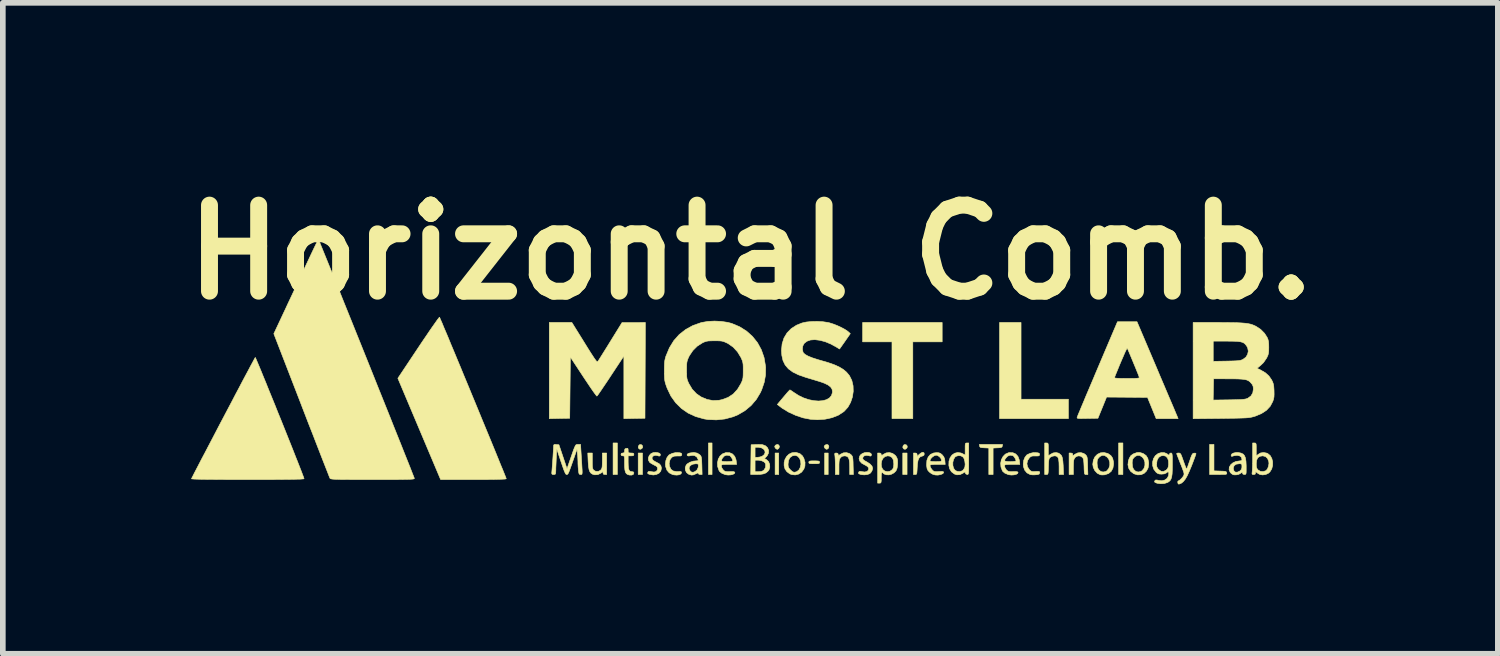
<source format=kicad_pcb>
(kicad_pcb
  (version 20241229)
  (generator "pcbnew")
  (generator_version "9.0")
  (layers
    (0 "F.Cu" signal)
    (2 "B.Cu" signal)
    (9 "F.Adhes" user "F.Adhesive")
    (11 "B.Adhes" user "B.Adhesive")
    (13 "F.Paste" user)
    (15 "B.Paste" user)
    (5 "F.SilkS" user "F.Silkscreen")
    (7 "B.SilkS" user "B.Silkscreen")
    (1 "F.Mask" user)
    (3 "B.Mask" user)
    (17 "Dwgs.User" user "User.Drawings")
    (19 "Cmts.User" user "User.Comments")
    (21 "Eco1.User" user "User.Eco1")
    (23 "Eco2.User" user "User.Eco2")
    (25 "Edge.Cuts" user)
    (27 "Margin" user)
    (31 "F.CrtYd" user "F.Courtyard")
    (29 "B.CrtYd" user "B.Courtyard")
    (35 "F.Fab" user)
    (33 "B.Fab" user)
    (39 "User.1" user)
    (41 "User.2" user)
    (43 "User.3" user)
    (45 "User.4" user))
  (footprint "Horizontal Comb."
    (layer "F.Cu")
    (at 9.93 3.348)
    (property "Reference" "Horizontal Comb." (at 0.31 -1.93 0) (layer "F.SilkS") (effects (font (size 1.524 1.524) (thickness 0.3))))
    (attr through_hole)
    (fp_poly (pts (xy -2.045 2.007) (xy -2.121 2.007) (xy -2.121 1.448) (xy -2.045 1.448) (xy -2.045 2.007)) (stroke (width 0.01) (type solid)) (fill yes) (layer "F.SilkS"))
    (fp_poly (pts (xy -1.6 2.007) (xy -1.676 2.007) (xy -1.676 1.626) (xy -1.6 1.626) (xy -1.6 2.007)) (stroke (width 0.01) (type solid)) (fill yes) (layer "F.SilkS"))
    (fp_poly (pts (xy -0.368 2.007) (xy -0.432 2.007) (xy -0.432 1.448) (xy -0.368 1.448) (xy -0.368 2.007)) (stroke (width 0.01) (type solid)) (fill yes) (layer "F.SilkS"))
    (fp_poly (pts (xy 0.813 2.007) (xy 0.749 2.007) (xy 0.749 1.626) (xy 0.813 1.626) (xy 0.813 2.007)) (stroke (width 0.01) (type solid)) (fill yes) (layer "F.SilkS"))
    (fp_poly (pts (xy 1.689 2.007) (xy 1.626 2.007) (xy 1.626 1.626) (xy 1.689 1.626) (xy 1.689 2.007)) (stroke (width 0.01) (type solid)) (fill yes) (layer "F.SilkS"))
    (fp_poly (pts (xy 3.086 2.007) (xy 3.01 2.007) (xy 3.01 1.626) (xy 3.086 1.626) (xy 3.086 2.007)) (stroke (width 0.01) (type solid)) (fill yes) (layer "F.SilkS"))
    (fp_poly (pts (xy 6.909 2.007) (xy 6.833 2.007) (xy 6.833 1.448) (xy 6.909 1.448) (xy 6.909 2.007)) (stroke (width 0.01) (type solid)) (fill yes) (layer "F.SilkS"))
    (fp_poly (pts (xy 5.105 0.673) (xy 5.944 0.673) (xy 5.944 1.016) (xy 4.724 1.016) (xy 4.724 -0.686) (xy 5.105 -0.686) (xy 5.105 0.673)) (stroke (width 0.01) (type solid)) (fill yes) (layer "F.SilkS"))
    (fp_poly (pts (xy 3.708 -0.343) (xy 3.188 -0.343) (xy 3.188 1.016) (xy 2.819 1.016) (xy 2.819 -0.343) (xy 2.299 -0.343) (xy 2.299 -0.686) (xy 3.708 -0.686) (xy 3.708 -0.343)) (stroke (width 0.01) (type solid)) (fill yes) (layer "F.SilkS"))
    (fp_poly (pts (xy -1.614 1.481) (xy -1.598 1.502) (xy -1.598 1.528) (xy -1.607 1.542) (xy -1.63 1.559) (xy -1.649 1.558) (xy -1.662 1.551) (xy -1.675 1.53) (xy -1.672 1.503) (xy -1.657 1.482) (xy -1.642 1.476) (xy -1.614 1.481)) (stroke (width 0.01) (type solid)) (fill yes) (layer "F.SilkS"))
    (fp_poly (pts (xy 0.814 1.485) (xy 0.825 1.508) (xy 0.819 1.535) (xy 0.81 1.547) (xy 0.79 1.561) (xy 0.77 1.554) (xy 0.756 1.542) (xy 0.741 1.516) (xy 0.75 1.493) (xy 0.764 1.482) (xy 0.793 1.474) (xy 0.814 1.485)) (stroke (width 0.01) (type solid)) (fill yes) (layer "F.SilkS"))
    (fp_poly (pts (xy 1.691 1.485) (xy 1.701 1.508) (xy 1.696 1.535) (xy 1.687 1.547) (xy 1.666 1.561) (xy 1.647 1.554) (xy 1.632 1.542) (xy 1.617 1.516) (xy 1.626 1.493) (xy 1.641 1.482) (xy 1.669 1.474) (xy 1.691 1.485)) (stroke (width 0.01) (type solid)) (fill yes) (layer "F.SilkS"))
    (fp_poly (pts (xy 3.072 1.481) (xy 3.089 1.502) (xy 3.088 1.528) (xy 3.079 1.542) (xy 3.057 1.559) (xy 3.037 1.558) (xy 3.025 1.551) (xy 3.011 1.53) (xy 3.014 1.503) (xy 3.03 1.482) (xy 3.044 1.476) (xy 3.072 1.481)) (stroke (width 0.01) (type solid)) (fill yes) (layer "F.SilkS"))
    (fp_poly (pts (xy 4.773 1.502) (xy 4.768 1.518) (xy 4.755 1.527) (xy 4.728 1.532) (xy 4.689 1.534) (xy 4.61 1.538) (xy 4.61 2.007) (xy 4.534 2.007) (xy 4.534 1.538) (xy 4.455 1.534) (xy 4.411 1.531) (xy 4.386 1.526) (xy 4.375 1.516) (xy 4.371 1.502) (xy 4.367 1.473) (xy 4.777 1.473) (xy 4.773 1.502)) (stroke (width 0.01) (type solid)) (fill yes) (layer "F.SilkS"))
    (fp_poly (pts (xy 8.522 1.942) (xy 8.633 1.946) (xy 8.686 1.948) (xy 8.719 1.951) (xy 8.737 1.957) (xy 8.745 1.967) (xy 8.748 1.978) (xy 8.749 1.99) (xy 8.745 1.998) (xy 8.731 2.003) (xy 8.705 2.006) (xy 8.661 2.006) (xy 8.599 2.007) (xy 8.445 2.007) (xy 8.445 1.473) (xy 8.522 1.473) (xy 8.522 1.942)) (stroke (width 0.01) (type solid)) (fill yes) (layer "F.SilkS"))
    (fp_poly (pts (xy 1.49 1.766) (xy 1.519 1.769) (xy 1.532 1.775) (xy 1.537 1.786) (xy 1.537 1.791) (xy 1.534 1.804) (xy 1.524 1.811) (xy 1.501 1.815) (xy 1.459 1.816) (xy 1.441 1.816) (xy 1.393 1.815) (xy 1.364 1.813) (xy 1.35 1.806) (xy 1.346 1.795) (xy 1.346 1.791) (xy 1.348 1.778) (xy 1.359 1.77) (xy 1.382 1.766) (xy 1.424 1.765) (xy 1.441 1.765) (xy 1.49 1.766)) (stroke (width 0.01) (type solid)) (fill yes) (layer "F.SilkS"))
    (fp_poly (pts (xy 3.385 1.621) (xy 3.391 1.643) (xy 3.384 1.667) (xy 3.361 1.679) (xy 3.353 1.681) (xy 3.32 1.693) (xy 3.296 1.719) (xy 3.28 1.759) (xy 3.27 1.819) (xy 3.266 1.882) (xy 3.263 1.939) (xy 3.26 1.975) (xy 3.256 1.995) (xy 3.248 2.004) (xy 3.235 2.007) (xy 3.231 2.007) (xy 3.2 2.007) (xy 3.2 1.626) (xy 3.232 1.626) (xy 3.256 1.631) (xy 3.264 1.651) (xy 3.264 1.656) (xy 3.264 1.687) (xy 3.301 1.65) (xy 3.336 1.623) (xy 3.365 1.613) (xy 3.385 1.621)) (stroke (width 0.01) (type solid)) (fill yes) (layer "F.SilkS"))
    (fp_poly (pts (xy -2.489 1.765) (xy -2.489 1.828) (xy -2.487 1.871) (xy -2.482 1.899) (xy -2.474 1.917) (xy -2.464 1.93) (xy -2.426 1.952) (xy -2.383 1.952) (xy -2.344 1.932) (xy -2.339 1.926) (xy -2.327 1.911) (xy -2.319 1.892) (xy -2.314 1.864) (xy -2.312 1.822) (xy -2.311 1.761) (xy -2.311 1.626) (xy -2.235 1.626) (xy -2.235 2.007) (xy -2.267 2.007) (xy -2.292 2.001) (xy -2.299 1.981) (xy -2.299 1.955) (xy -2.334 1.981) (xy -2.389 2.008) (xy -2.446 2.012) (xy -2.483 2.002) (xy -2.512 1.984) (xy -2.532 1.958) (xy -2.547 1.918) (xy -2.556 1.862) (xy -2.562 1.786) (xy -2.563 1.768) (xy -2.569 1.626) (xy -2.489 1.626) (xy -2.489 1.765)) (stroke (width 0.01) (type solid)) (fill yes) (layer "F.SilkS"))
    (fp_poly (pts (xy -0.951 1.62) (xy -0.95 1.62) (xy -0.918 1.627) (xy -0.905 1.639) (xy -0.904 1.655) (xy -0.909 1.67) (xy -0.923 1.678) (xy -0.951 1.679) (xy -0.975 1.678) (xy -1.036 1.681) (xy -1.079 1.7) (xy -1.108 1.736) (xy -1.119 1.765) (xy -1.128 1.813) (xy -1.122 1.858) (xy -1.12 1.865) (xy -1.096 1.914) (xy -1.058 1.943) (xy -1.004 1.954) (xy -0.974 1.954) (xy -0.935 1.953) (xy -0.915 1.957) (xy -0.909 1.968) (xy -0.908 1.975) (xy -0.919 1.996) (xy -0.949 2.011) (xy -0.992 2.017) (xy -1.042 2.013) (xy -1.071 2.006) (xy -1.127 1.977) (xy -1.167 1.93) (xy -1.19 1.867) (xy -1.194 1.822) (xy -1.186 1.759) (xy -1.165 1.704) (xy -1.133 1.663) (xy -1.125 1.657) (xy -1.073 1.632) (xy -1.011 1.618) (xy -0.951 1.62)) (stroke (width 0.01) (type solid)) (fill yes) (layer "F.SilkS"))
    (fp_poly (pts (xy 6.217 1.634) (xy 6.245 1.654) (xy 6.26 1.67) (xy 6.27 1.686) (xy 6.276 1.708) (xy 6.28 1.739) (xy 6.283 1.787) (xy 6.284 1.848) (xy 6.289 2.007) (xy 6.257 2.007) (xy 6.243 2.006) (xy 6.234 2) (xy 6.228 1.986) (xy 6.225 1.959) (xy 6.222 1.913) (xy 6.221 1.868) (xy 6.218 1.804) (xy 6.214 1.76) (xy 6.208 1.73) (xy 6.199 1.711) (xy 6.192 1.703) (xy 6.156 1.68) (xy 6.114 1.677) (xy 6.075 1.694) (xy 6.059 1.71) (xy 6.047 1.729) (xy 6.039 1.751) (xy 6.035 1.784) (xy 6.033 1.832) (xy 6.032 1.875) (xy 6.032 2.007) (xy 5.956 2.007) (xy 5.956 1.626) (xy 5.988 1.626) (xy 6.013 1.631) (xy 6.02 1.651) (xy 6.021 1.667) (xy 6.029 1.669) (xy 6.049 1.656) (xy 6.059 1.648) (xy 6.111 1.623) (xy 6.166 1.619) (xy 6.217 1.634)) (stroke (width 0.01) (type solid)) (fill yes) (layer "F.SilkS"))
    (fp_poly (pts (xy 1.127 1.617) (xy 1.188 1.637) (xy 1.233 1.676) (xy 1.258 1.719) (xy 1.279 1.79) (xy 1.277 1.858) (xy 1.258 1.911) (xy 1.219 1.964) (xy 1.166 1.999) (xy 1.105 2.014) (xy 1.041 2.007) (xy 1.009 1.995) (xy 0.957 1.956) (xy 0.924 1.908) (xy 0.909 1.852) (xy 0.909 1.823) (xy 0.978 1.823) (xy 0.978 1.823) (xy 0.981 1.864) (xy 0.994 1.894) (xy 1.021 1.925) (xy 1.056 1.956) (xy 1.085 1.967) (xy 1.118 1.961) (xy 1.134 1.955) (xy 1.171 1.925) (xy 1.195 1.879) (xy 1.206 1.825) (xy 1.201 1.768) (xy 1.181 1.718) (xy 1.146 1.681) (xy 1.103 1.667) (xy 1.053 1.677) (xy 1.012 1.707) (xy 0.987 1.756) (xy 0.978 1.823) (xy 0.909 1.823) (xy 0.909 1.794) (xy 0.924 1.738) (xy 0.953 1.687) (xy 0.994 1.647) (xy 1.045 1.622) (xy 1.106 1.615) (xy 1.127 1.617)) (stroke (width 0.01) (type solid)) (fill yes) (layer "F.SilkS"))
    (fp_poly (pts (xy 5.387 1.62) (xy 5.387 1.62) (xy 5.419 1.627) (xy 5.433 1.639) (xy 5.433 1.655) (xy 5.428 1.67) (xy 5.415 1.677) (xy 5.387 1.679) (xy 5.359 1.678) (xy 5.315 1.678) (xy 5.287 1.684) (xy 5.265 1.699) (xy 5.255 1.708) (xy 5.221 1.759) (xy 5.209 1.815) (xy 5.22 1.871) (xy 5.253 1.922) (xy 5.255 1.924) (xy 5.278 1.944) (xy 5.3 1.953) (xy 5.332 1.955) (xy 5.362 1.953) (xy 5.404 1.951) (xy 5.426 1.954) (xy 5.435 1.962) (xy 5.436 1.97) (xy 5.43 1.993) (xy 5.424 2) (xy 5.397 2.008) (xy 5.356 2.012) (xy 5.311 2.013) (xy 5.274 2.009) (xy 5.266 2.007) (xy 5.209 1.977) (xy 5.169 1.928) (xy 5.147 1.865) (xy 5.144 1.822) (xy 5.151 1.759) (xy 5.173 1.704) (xy 5.204 1.663) (xy 5.212 1.657) (xy 5.264 1.632) (xy 5.327 1.618) (xy 5.387 1.62)) (stroke (width 0.01) (type solid)) (fill yes) (layer "F.SilkS"))
    (fp_poly (pts (xy 5.571 1.449) (xy 5.581 1.455) (xy 5.586 1.47) (xy 5.588 1.501) (xy 5.588 1.551) (xy 5.588 1.563) (xy 5.588 1.678) (xy 5.62 1.653) (xy 5.672 1.625) (xy 5.726 1.617) (xy 5.775 1.63) (xy 5.814 1.663) (xy 5.826 1.681) (xy 5.838 1.717) (xy 5.846 1.773) (xy 5.852 1.853) (xy 5.852 1.864) (xy 5.858 2.007) (xy 5.779 2.007) (xy 5.779 1.87) (xy 5.777 1.794) (xy 5.771 1.741) (xy 5.76 1.706) (xy 5.741 1.686) (xy 5.714 1.677) (xy 5.697 1.676) (xy 5.657 1.684) (xy 5.624 1.701) (xy 5.611 1.713) (xy 5.602 1.729) (xy 5.597 1.753) (xy 5.593 1.791) (xy 5.591 1.847) (xy 5.59 1.866) (xy 5.588 1.927) (xy 5.586 1.967) (xy 5.582 1.991) (xy 5.575 2.003) (xy 5.565 2.006) (xy 5.555 2.007) (xy 5.524 2.007) (xy 5.524 1.448) (xy 5.556 1.448) (xy 5.571 1.449)) (stroke (width 0.01) (type solid)) (fill yes) (layer "F.SilkS"))
    (fp_poly (pts (xy 2.064 1.634) (xy 2.092 1.654) (xy 2.107 1.67) (xy 2.117 1.686) (xy 2.123 1.708) (xy 2.127 1.739) (xy 2.13 1.787) (xy 2.131 1.848) (xy 2.136 2.007) (xy 2.07 2.007) (xy 2.07 1.879) (xy 2.068 1.801) (xy 2.061 1.746) (xy 2.048 1.709) (xy 2.026 1.687) (xy 1.995 1.678) (xy 1.973 1.677) (xy 1.932 1.686) (xy 1.906 1.71) (xy 1.894 1.729) (xy 1.886 1.751) (xy 1.882 1.784) (xy 1.88 1.832) (xy 1.88 1.875) (xy 1.88 2.007) (xy 1.816 2.007) (xy 1.816 1.864) (xy 1.815 1.801) (xy 1.813 1.742) (xy 1.81 1.696) (xy 1.808 1.673) (xy 1.804 1.642) (xy 1.81 1.629) (xy 1.828 1.626) (xy 1.833 1.626) (xy 1.859 1.631) (xy 1.867 1.65) (xy 1.867 1.651) (xy 1.868 1.667) (xy 1.876 1.669) (xy 1.896 1.656) (xy 1.906 1.648) (xy 1.958 1.623) (xy 2.013 1.619) (xy 2.064 1.634)) (stroke (width 0.01) (type solid)) (fill yes) (layer "F.SilkS"))
    (fp_poly (pts (xy 6.638 1.633) (xy 6.647 1.637) (xy 6.696 1.671) (xy 6.727 1.717) (xy 6.742 1.78) (xy 6.744 1.819) (xy 6.733 1.892) (xy 6.703 1.949) (xy 6.655 1.989) (xy 6.589 2.011) (xy 6.575 2.013) (xy 6.538 2.014) (xy 6.509 2.011) (xy 6.455 1.984) (xy 6.412 1.938) (xy 6.384 1.88) (xy 6.375 1.824) (xy 6.377 1.812) (xy 6.452 1.812) (xy 6.458 1.873) (xy 6.476 1.916) (xy 6.511 1.948) (xy 6.521 1.954) (xy 6.558 1.962) (xy 6.6 1.955) (xy 6.627 1.94) (xy 6.66 1.897) (xy 6.677 1.843) (xy 6.676 1.785) (xy 6.657 1.732) (xy 6.63 1.699) (xy 6.586 1.67) (xy 6.544 1.667) (xy 6.502 1.688) (xy 6.489 1.701) (xy 6.467 1.726) (xy 6.456 1.751) (xy 6.452 1.787) (xy 6.452 1.812) (xy 6.377 1.812) (xy 6.386 1.752) (xy 6.414 1.693) (xy 6.457 1.649) (xy 6.511 1.623) (xy 6.573 1.617) (xy 6.638 1.633)) (stroke (width 0.01) (type solid)) (fill yes) (layer "F.SilkS"))
    (fp_poly (pts (xy -1.556 1.01) (xy -1.743 1.013) (xy -1.93 1.017) (xy -1.93 -0.092) (xy -2.163 0.261) (xy -2.219 0.346) (xy -2.271 0.423) (xy -2.317 0.491) (xy -2.355 0.547) (xy -2.384 0.589) (xy -2.403 0.613) (xy -2.408 0.618) (xy -2.417 0.609) (xy -2.439 0.581) (xy -2.471 0.537) (xy -2.512 0.478) (xy -2.559 0.408) (xy -2.612 0.329) (xy -2.648 0.275) (xy -2.877 -0.073) (xy -2.889 1.01) (xy -3.07 1.013) (xy -3.251 1.017) (xy -3.251 -0.686) (xy -3.051 -0.686) (xy -2.851 -0.686) (xy -2.629 -0.329) (xy -2.569 -0.232) (xy -2.52 -0.154) (xy -2.481 -0.094) (xy -2.452 -0.05) (xy -2.43 -0.02) (xy -2.415 -0.001) (xy -2.404 0.008) (xy -2.396 0.009) (xy -2.391 0.004) (xy -2.38 -0.012) (xy -2.358 -0.047) (xy -2.326 -0.098) (xy -2.286 -0.162) (xy -2.239 -0.237) (xy -2.189 -0.318) (xy -2.168 -0.352) (xy -1.962 -0.685) (xy -1.756 -0.685) (xy -1.549 -0.686) (xy -1.556 1.01)) (stroke (width 0.01) (type solid)) (fill yes) (layer "F.SilkS"))
    (fp_poly (pts (xy 7.258 1.631) (xy 7.272 1.637) (xy 7.32 1.671) (xy 7.351 1.721) (xy 7.365 1.789) (xy 7.366 1.819) (xy 7.356 1.889) (xy 7.327 1.945) (xy 7.284 1.987) (xy 7.23 2.01) (xy 7.169 2.013) (xy 7.105 1.994) (xy 7.1 1.991) (xy 7.046 1.95) (xy 7.012 1.896) (xy 6.998 1.831) (xy 7.001 1.812) (xy 7.074 1.812) (xy 7.08 1.873) (xy 7.099 1.916) (xy 7.133 1.948) (xy 7.144 1.954) (xy 7.18 1.962) (xy 7.222 1.955) (xy 7.249 1.94) (xy 7.283 1.897) (xy 7.299 1.843) (xy 7.298 1.785) (xy 7.279 1.732) (xy 7.253 1.699) (xy 7.208 1.67) (xy 7.166 1.667) (xy 7.125 1.688) (xy 7.111 1.701) (xy 7.089 1.726) (xy 7.078 1.751) (xy 7.074 1.787) (xy 7.074 1.812) (xy 7.001 1.812) (xy 7.007 1.76) (xy 7.023 1.717) (xy 7.049 1.674) (xy 7.086 1.646) (xy 7.102 1.638) (xy 7.158 1.618) (xy 7.206 1.616) (xy 7.258 1.631)) (stroke (width 0.01) (type solid)) (fill yes) (layer "F.SilkS"))
    (fp_poly (pts (xy -5.189 -0.766) (xy -5.174 -0.731) (xy -5.15 -0.677) (xy -5.12 -0.603) (xy -5.082 -0.514) (xy -5.038 -0.41) (xy -4.99 -0.292) (xy -4.936 -0.164) (xy -4.879 -0.026) (xy -4.818 0.12) (xy -4.756 0.271) (xy -4.691 0.427) (xy -4.626 0.585) (xy -4.56 0.744) (xy -4.495 0.902) (xy -4.431 1.058) (xy -4.369 1.208) (xy -4.309 1.353) (xy -4.253 1.489) (xy -4.201 1.616) (xy -4.154 1.731) (xy -4.113 1.833) (xy -4.077 1.919) (xy -4.049 1.989) (xy -4.028 2.041) (xy -4.016 2.072) (xy -4.013 2.081) (xy -4.021 2.085) (xy -4.046 2.088) (xy -4.089 2.09) (xy -4.152 2.092) (xy -4.235 2.094) (xy -4.34 2.095) (xy -4.468 2.095) (xy -4.594 2.095) (xy -5.176 2.095) (xy -5.933 0.302) (xy -5.569 -0.244) (xy -5.499 -0.349) (xy -5.432 -0.447) (xy -5.372 -0.536) (xy -5.318 -0.614) (xy -5.272 -0.679) (xy -5.236 -0.73) (xy -5.21 -0.764) (xy -5.197 -0.779) (xy -5.195 -0.779) (xy -5.189 -0.766)) (stroke (width 0.01) (type solid)) (fill yes) (layer "F.SilkS"))
    (fp_poly (pts (xy 2.412 1.618) (xy 2.441 1.629) (xy 2.456 1.648) (xy 2.455 1.662) (xy 2.447 1.678) (xy 2.431 1.68) (xy 2.412 1.674) (xy 2.367 1.667) (xy 2.33 1.675) (xy 2.307 1.697) (xy 2.305 1.702) (xy 2.301 1.725) (xy 2.31 1.743) (xy 2.334 1.762) (xy 2.375 1.784) (xy 2.43 1.82) (xy 2.465 1.858) (xy 2.477 1.895) (xy 2.467 1.936) (xy 2.444 1.974) (xy 2.425 1.991) (xy 2.384 2.007) (xy 2.331 2.013) (xy 2.278 2.009) (xy 2.264 2.006) (xy 2.233 1.994) (xy 2.224 1.98) (xy 2.233 1.96) (xy 2.233 1.959) (xy 2.248 1.95) (xy 2.278 1.954) (xy 2.286 1.956) (xy 2.337 1.962) (xy 2.378 1.952) (xy 2.401 1.929) (xy 2.407 1.896) (xy 2.388 1.866) (xy 2.345 1.84) (xy 2.338 1.837) (xy 2.282 1.806) (xy 2.248 1.768) (xy 2.236 1.726) (xy 2.247 1.681) (xy 2.264 1.657) (xy 2.294 1.635) (xy 2.332 1.62) (xy 2.374 1.615) (xy 2.412 1.618)) (stroke (width 0.01) (type solid)) (fill yes) (layer "F.SilkS"))
    (fp_poly (pts (xy -1.328 1.62) (xy -1.297 1.631) (xy -1.283 1.648) (xy -1.283 1.65) (xy -1.288 1.676) (xy -1.307 1.681) (xy -1.327 1.674) (xy -1.366 1.666) (xy -1.402 1.674) (xy -1.426 1.695) (xy -1.429 1.702) (xy -1.429 1.731) (xy -1.41 1.757) (xy -1.367 1.783) (xy -1.354 1.789) (xy -1.304 1.816) (xy -1.276 1.847) (xy -1.265 1.887) (xy -1.265 1.9) (xy -1.276 1.946) (xy -1.307 1.983) (xy -1.353 2.006) (xy -1.408 2.015) (xy -1.469 2.006) (xy -1.47 2.006) (xy -1.501 1.994) (xy -1.51 1.98) (xy -1.501 1.96) (xy -1.501 1.959) (xy -1.486 1.95) (xy -1.457 1.953) (xy -1.445 1.956) (xy -1.394 1.963) (xy -1.357 1.952) (xy -1.337 1.926) (xy -1.333 1.905) (xy -1.337 1.88) (xy -1.35 1.862) (xy -1.379 1.846) (xy -1.392 1.84) (xy -1.431 1.819) (xy -1.465 1.798) (xy -1.474 1.79) (xy -1.495 1.753) (xy -1.496 1.711) (xy -1.48 1.67) (xy -1.45 1.637) (xy -1.411 1.619) (xy -1.368 1.615) (xy -1.328 1.62)) (stroke (width 0.01) (type solid)) (fill yes) (layer "F.SilkS"))
    (fp_poly (pts (xy -1.855 1.558) (xy -1.854 1.58) (xy -1.853 1.609) (xy -1.843 1.622) (xy -1.819 1.625) (xy -1.803 1.626) (xy -1.77 1.628) (xy -1.755 1.636) (xy -1.753 1.651) (xy -1.757 1.668) (xy -1.774 1.675) (xy -1.803 1.676) (xy -1.854 1.676) (xy -1.854 1.784) (xy -1.852 1.855) (xy -1.847 1.904) (xy -1.835 1.935) (xy -1.817 1.951) (xy -1.791 1.956) (xy -1.763 1.96) (xy -1.753 1.975) (xy -1.753 1.98) (xy -1.763 2.005) (xy -1.791 2.017) (xy -1.831 2.016) (xy -1.864 2.006) (xy -1.886 1.991) (xy -1.902 1.965) (xy -1.912 1.925) (xy -1.917 1.865) (xy -1.918 1.803) (xy -1.918 1.745) (xy -1.919 1.709) (xy -1.923 1.688) (xy -1.93 1.679) (xy -1.942 1.676) (xy -1.949 1.676) (xy -1.974 1.67) (xy -1.981 1.651) (xy -1.974 1.631) (xy -1.949 1.626) (xy -1.927 1.621) (xy -1.918 1.604) (xy -1.918 1.587) (xy -1.914 1.561) (xy -1.906 1.549) (xy -1.906 1.549) (xy -1.885 1.545) (xy -1.874 1.542) (xy -1.861 1.542) (xy -1.855 1.558)) (stroke (width 0.01) (type solid)) (fill yes) (layer "F.SilkS"))
    (fp_poly (pts (xy 0.503 1.476) (xy 0.529 1.479) (xy 0.58 1.499) (xy 0.616 1.534) (xy 0.634 1.579) (xy 0.632 1.627) (xy 0.609 1.673) (xy 0.598 1.686) (xy 0.561 1.723) (xy 0.597 1.744) (xy 0.633 1.779) (xy 0.652 1.826) (xy 0.655 1.877) (xy 0.64 1.926) (xy 0.618 1.953) (xy 0.583 1.98) (xy 0.54 1.996) (xy 0.483 2.005) (xy 0.418 2.007) (xy 0.317 2.007) (xy 0.32 1.753) (xy 0.394 1.753) (xy 0.394 1.956) (xy 0.458 1.956) (xy 0.502 1.953) (xy 0.533 1.941) (xy 0.553 1.925) (xy 0.579 1.882) (xy 0.582 1.832) (xy 0.576 1.81) (xy 0.555 1.785) (xy 0.516 1.765) (xy 0.467 1.754) (xy 0.445 1.753) (xy 0.394 1.753) (xy 0.32 1.753) (xy 0.323 1.524) (xy 0.394 1.524) (xy 0.394 1.702) (xy 0.439 1.702) (xy 0.481 1.696) (xy 0.52 1.683) (xy 0.556 1.654) (xy 0.571 1.621) (xy 0.567 1.586) (xy 0.544 1.556) (xy 0.506 1.534) (xy 0.455 1.524) (xy 0.449 1.524) (xy 0.394 1.524) (xy 0.323 1.524) (xy 0.324 1.48) (xy 0.406 1.476) (xy 0.457 1.475) (xy 0.503 1.476)) (stroke (width 0.01) (type solid)) (fill yes) (layer "F.SilkS"))
    (fp_poly (pts (xy 2.83 1.633) (xy 2.877 1.667) (xy 2.896 1.692) (xy 2.91 1.72) (xy 2.918 1.752) (xy 2.919 1.796) (xy 2.918 1.825) (xy 2.91 1.893) (xy 2.89 1.942) (xy 2.855 1.977) (xy 2.809 2.002) (xy 2.765 2.013) (xy 2.719 2.011) (xy 2.68 1.998) (xy 2.666 1.986) (xy 2.649 1.971) (xy 2.638 1.975) (xy 2.631 1.999) (xy 2.629 2.047) (xy 2.629 2.064) (xy 2.629 2.112) (xy 2.626 2.141) (xy 2.62 2.154) (xy 2.608 2.159) (xy 2.597 2.159) (xy 2.565 2.159) (xy 2.565 1.82) (xy 2.628 1.82) (xy 2.634 1.873) (xy 2.656 1.917) (xy 2.693 1.946) (xy 2.737 1.957) (xy 2.783 1.949) (xy 2.82 1.923) (xy 2.839 1.898) (xy 2.848 1.869) (xy 2.851 1.825) (xy 2.851 1.816) (xy 2.844 1.751) (xy 2.821 1.707) (xy 2.782 1.682) (xy 2.743 1.676) (xy 2.697 1.688) (xy 2.661 1.719) (xy 2.637 1.765) (xy 2.628 1.82) (xy 2.565 1.82) (xy 2.565 1.626) (xy 2.597 1.626) (xy 2.622 1.631) (xy 2.629 1.652) (xy 2.629 1.652) (xy 2.629 1.678) (xy 2.662 1.652) (xy 2.716 1.624) (xy 2.774 1.618) (xy 2.83 1.633)) (stroke (width 0.01) (type solid)) (fill yes) (layer "F.SilkS"))
    (fp_poly (pts (xy 7.912 1.627) (xy 7.924 1.634) (xy 7.936 1.649) (xy 7.949 1.679) (xy 7.966 1.725) (xy 7.982 1.771) (xy 8.002 1.826) (xy 8.019 1.871) (xy 8.032 1.9) (xy 8.039 1.91) (xy 8.039 1.91) (xy 8.045 1.896) (xy 8.058 1.863) (xy 8.074 1.816) (xy 8.091 1.768) (xy 8.111 1.708) (xy 8.126 1.669) (xy 8.139 1.646) (xy 8.151 1.633) (xy 8.166 1.629) (xy 8.17 1.628) (xy 8.195 1.629) (xy 8.204 1.637) (xy 8.2 1.652) (xy 8.188 1.687) (xy 8.169 1.738) (xy 8.146 1.799) (xy 8.127 1.848) (xy 8.085 1.949) (xy 8.049 2.028) (xy 8.015 2.087) (xy 7.982 2.129) (xy 7.95 2.157) (xy 7.929 2.167) (xy 7.902 2.177) (xy 7.889 2.173) (xy 7.882 2.155) (xy 7.881 2.132) (xy 7.886 2.123) (xy 7.917 2.105) (xy 7.95 2.074) (xy 7.977 2.04) (xy 7.982 2.031) (xy 7.989 2.016) (xy 7.992 2) (xy 7.99 1.979) (xy 7.981 1.95) (xy 7.965 1.906) (xy 7.942 1.845) (xy 7.931 1.82) (xy 7.907 1.758) (xy 7.886 1.704) (xy 7.87 1.663) (xy 7.862 1.64) (xy 7.861 1.636) (xy 7.872 1.628) (xy 7.896 1.626) (xy 7.912 1.627)) (stroke (width 0.01) (type solid)) (fill yes) (layer "F.SilkS"))
    (fp_poly (pts (xy -0.63 1.628) (xy -0.585 1.657) (xy -0.571 1.672) (xy -0.562 1.688) (xy -0.556 1.711) (xy -0.552 1.745) (xy -0.55 1.796) (xy -0.548 1.848) (xy -0.544 2.007) (xy -0.577 2.007) (xy -0.602 2.001) (xy -0.61 1.989) (xy -0.614 1.98) (xy -0.632 1.983) (xy -0.657 1.995) (xy -0.698 2.013) (xy -0.731 2.017) (xy -0.768 2.007) (xy -0.783 2.001) (xy -0.819 1.973) (xy -0.84 1.932) (xy -0.841 1.908) (xy -0.774 1.908) (xy -0.755 1.944) (xy -0.754 1.945) (xy -0.729 1.965) (xy -0.7 1.966) (xy -0.669 1.954) (xy -0.635 1.926) (xy -0.614 1.882) (xy -0.61 1.847) (xy -0.613 1.826) (xy -0.628 1.818) (xy -0.655 1.816) (xy -0.708 1.824) (xy -0.748 1.844) (xy -0.771 1.873) (xy -0.774 1.908) (xy -0.841 1.908) (xy -0.843 1.885) (xy -0.827 1.841) (xy -0.808 1.819) (xy -0.761 1.79) (xy -0.701 1.77) (xy -0.651 1.765) (xy -0.623 1.763) (xy -0.613 1.755) (xy -0.616 1.737) (xy -0.639 1.696) (xy -0.676 1.672) (xy -0.717 1.668) (xy -0.754 1.674) (xy -0.781 1.679) (xy -0.804 1.673) (xy -0.81 1.661) (xy -0.806 1.645) (xy -0.783 1.632) (xy -0.76 1.625) (xy -0.69 1.616) (xy -0.63 1.628)) (stroke (width 0.01) (type solid)) (fill yes) (layer "F.SilkS"))
    (fp_poly (pts (xy 4.178 1.727) (xy 4.178 1.818) (xy 4.178 1.887) (xy 4.177 1.937) (xy 4.175 1.97) (xy 4.172 1.991) (xy 4.167 2.002) (xy 4.16 2.006) (xy 4.152 2.007) (xy 4.127 1.996) (xy 4.119 1.982) (xy 4.113 1.966) (xy 4.103 1.965) (xy 4.082 1.979) (xy 4.079 1.982) (xy 4.023 2.009) (xy 3.967 2.012) (xy 3.925 1.998) (xy 3.872 1.958) (xy 3.839 1.904) (xy 3.826 1.844) (xy 3.828 1.791) (xy 3.897 1.791) (xy 3.897 1.847) (xy 3.911 1.897) (xy 3.938 1.933) (xy 3.938 1.934) (xy 3.977 1.952) (xy 4.023 1.954) (xy 4.064 1.941) (xy 4.076 1.931) (xy 4.099 1.899) (xy 4.11 1.873) (xy 4.115 1.825) (xy 4.109 1.772) (xy 4.096 1.726) (xy 4.078 1.698) (xy 4.041 1.676) (xy 3.995 1.672) (xy 3.952 1.685) (xy 3.936 1.697) (xy 3.91 1.739) (xy 3.897 1.791) (xy 3.828 1.791) (xy 3.828 1.772) (xy 3.848 1.71) (xy 3.882 1.662) (xy 3.928 1.63) (xy 3.981 1.617) (xy 4.04 1.625) (xy 4.064 1.635) (xy 4.115 1.661) (xy 4.115 1.554) (xy 4.115 1.502) (xy 4.117 1.471) (xy 4.122 1.455) (xy 4.132 1.449) (xy 4.147 1.448) (xy 4.178 1.448) (xy 4.178 1.727)) (stroke (width 0.01) (type solid)) (fill yes) (layer "F.SilkS"))
    (fp_poly (pts (xy -0.058 1.62) (xy -0.005 1.643) (xy 0.034 1.686) (xy 0.057 1.747) (xy 0.06 1.77) (xy 0.067 1.829) (xy -0.068 1.829) (xy -0.128 1.829) (xy -0.167 1.83) (xy -0.189 1.834) (xy -0.2 1.84) (xy -0.203 1.85) (xy -0.203 1.859) (xy -0.195 1.888) (xy -0.174 1.92) (xy -0.171 1.923) (xy -0.152 1.942) (xy -0.132 1.952) (xy -0.103 1.955) (xy -0.057 1.955) (xy -0.054 1.954) (xy -0.007 1.954) (xy 0.02 1.957) (xy 0.033 1.965) (xy 0.036 1.972) (xy 0.028 1.99) (xy 0.001 2.004) (xy -0.038 2.013) (xy -0.083 2.016) (xy -0.129 2.01) (xy -0.14 2.007) (xy -0.196 1.984) (xy -0.233 1.954) (xy -0.246 1.933) (xy -0.269 1.865) (xy -0.272 1.797) (xy -0.261 1.749) (xy -0.2 1.749) (xy -0.199 1.765) (xy -0.183 1.774) (xy -0.148 1.777) (xy -0.102 1.778) (xy -0.048 1.776) (xy -0.013 1.772) (xy -0.000026 1.765) (xy 0 1.765) (xy -0.007 1.737) (xy -0.025 1.705) (xy -0.046 1.679) (xy -0.058 1.672) (xy -0.108 1.664) (xy -0.152 1.68) (xy -0.186 1.719) (xy -0.188 1.723) (xy -0.2 1.749) (xy -0.261 1.749) (xy -0.258 1.734) (xy -0.228 1.681) (xy -0.183 1.641) (xy -0.125 1.619) (xy -0.122 1.619) (xy -0.058 1.62)) (stroke (width 0.01) (type solid)) (fill yes) (layer "F.SilkS"))
    (fp_poly (pts (xy 4.959 1.62) (xy 5.011 1.643) (xy 5.05 1.686) (xy 5.073 1.747) (xy 5.077 1.77) (xy 5.083 1.829) (xy 4.948 1.829) (xy 4.889 1.829) (xy 4.85 1.83) (xy 4.827 1.834) (xy 4.817 1.84) (xy 4.813 1.85) (xy 4.813 1.859) (xy 4.822 1.888) (xy 4.842 1.92) (xy 4.845 1.923) (xy 4.865 1.942) (xy 4.885 1.952) (xy 4.914 1.955) (xy 4.96 1.955) (xy 4.963 1.954) (xy 5.01 1.954) (xy 5.037 1.957) (xy 5.049 1.965) (xy 5.052 1.972) (xy 5.044 1.99) (xy 5.018 2.004) (xy 4.979 2.013) (xy 4.933 2.016) (xy 4.888 2.01) (xy 4.876 2.007) (xy 4.817 1.982) (xy 4.78 1.95) (xy 4.774 1.94) (xy 4.749 1.874) (xy 4.744 1.806) (xy 4.754 1.757) (xy 4.813 1.757) (xy 4.825 1.77) (xy 4.858 1.776) (xy 4.913 1.778) (xy 4.915 1.778) (xy 4.968 1.776) (xy 5.003 1.772) (xy 5.016 1.765) (xy 5.016 1.765) (xy 5.009 1.737) (xy 4.991 1.705) (xy 4.97 1.679) (xy 4.959 1.672) (xy 4.911 1.664) (xy 4.869 1.681) (xy 4.846 1.703) (xy 4.821 1.736) (xy 4.813 1.757) (xy 4.754 1.757) (xy 4.757 1.743) (xy 4.786 1.688) (xy 4.828 1.645) (xy 4.883 1.621) (xy 4.896 1.619) (xy 4.959 1.62)) (stroke (width 0.01) (type solid)) (fill yes) (layer "F.SilkS"))
    (fp_poly (pts (xy 9.001 1.627) (xy 9.039 1.645) (xy 9.062 1.671) (xy 9.079 1.712) (xy 9.089 1.772) (xy 9.093 1.853) (xy 9.093 1.883) (xy 9.093 1.94) (xy 9.092 1.976) (xy 9.088 1.996) (xy 9.08 2.004) (xy 9.068 2.007) (xy 9.061 2.007) (xy 9.036 2) (xy 9.03 1.988) (xy 9.024 1.97) (xy 9.007 1.975) (xy 8.993 1.986) (xy 8.96 2.004) (xy 8.915 2.013) (xy 8.872 2.012) (xy 8.856 2.007) (xy 8.828 1.988) (xy 8.809 1.967) (xy 8.79 1.922) (xy 8.792 1.899) (xy 8.865 1.899) (xy 8.874 1.939) (xy 8.898 1.963) (xy 8.933 1.966) (xy 8.974 1.949) (xy 8.984 1.942) (xy 9.008 1.916) (xy 9.017 1.881) (xy 9.017 1.866) (xy 9.016 1.834) (xy 9.007 1.82) (xy 8.984 1.816) (xy 8.969 1.816) (xy 8.915 1.824) (xy 8.88 1.849) (xy 8.865 1.888) (xy 8.865 1.899) (xy 8.792 1.899) (xy 8.794 1.877) (xy 8.817 1.835) (xy 8.856 1.801) (xy 8.909 1.776) (xy 8.972 1.766) (xy 8.982 1.765) (xy 9.008 1.761) (xy 9.017 1.744) (xy 9.017 1.734) (xy 9.006 1.699) (xy 8.977 1.677) (xy 8.934 1.667) (xy 8.881 1.673) (xy 8.849 1.683) (xy 8.831 1.684) (xy 8.826 1.666) (xy 8.838 1.643) (xy 8.867 1.627) (xy 8.908 1.618) (xy 8.955 1.618) (xy 9.001 1.627)) (stroke (width 0.01) (type solid)) (fill yes) (layer "F.SilkS"))
    (fp_poly (pts (xy 3.65 1.622) (xy 3.68 1.634) (xy 3.71 1.659) (xy 3.71 1.659) (xy 3.737 1.694) (xy 3.752 1.732) (xy 3.756 1.764) (xy 3.762 1.829) (xy 3.627 1.829) (xy 3.567 1.829) (xy 3.528 1.831) (xy 3.506 1.834) (xy 3.495 1.841) (xy 3.493 1.851) (xy 3.493 1.853) (xy 3.5 1.878) (xy 3.52 1.91) (xy 3.526 1.918) (xy 3.546 1.939) (xy 3.564 1.951) (xy 3.588 1.955) (xy 3.627 1.955) (xy 3.647 1.954) (xy 3.693 1.952) (xy 3.72 1.953) (xy 3.731 1.96) (xy 3.734 1.971) (xy 3.721 1.991) (xy 3.686 2.006) (xy 3.633 2.017) (xy 3.587 2.015) (xy 3.549 2.006) (xy 3.515 1.989) (xy 3.48 1.962) (xy 3.474 1.956) (xy 3.452 1.929) (xy 3.44 1.9) (xy 3.434 1.859) (xy 3.432 1.838) (xy 3.437 1.76) (xy 3.437 1.758) (xy 3.493 1.758) (xy 3.497 1.768) (xy 3.512 1.774) (xy 3.544 1.777) (xy 3.594 1.778) (xy 3.645 1.777) (xy 3.675 1.775) (xy 3.69 1.769) (xy 3.695 1.759) (xy 3.696 1.752) (xy 3.685 1.72) (xy 3.658 1.69) (xy 3.624 1.669) (xy 3.6 1.664) (xy 3.57 1.673) (xy 3.536 1.695) (xy 3.508 1.724) (xy 3.493 1.752) (xy 3.493 1.758) (xy 3.437 1.758) (xy 3.46 1.697) (xy 3.499 1.652) (xy 3.554 1.626) (xy 3.607 1.619) (xy 3.65 1.622)) (stroke (width 0.01) (type solid)) (fill yes) (layer "F.SilkS"))
    (fp_poly (pts (xy 9.254 1.449) (xy 9.263 1.455) (xy 9.269 1.47) (xy 9.271 1.501) (xy 9.271 1.551) (xy 9.271 1.564) (xy 9.271 1.681) (xy 9.302 1.652) (xy 9.347 1.625) (xy 9.402 1.617) (xy 9.458 1.628) (xy 9.473 1.634) (xy 9.518 1.671) (xy 9.547 1.723) (xy 9.562 1.783) (xy 9.561 1.847) (xy 9.545 1.908) (xy 9.513 1.96) (xy 9.487 1.984) (xy 9.44 2.006) (xy 9.386 2.014) (xy 9.338 2.007) (xy 9.335 2.006) (xy 9.301 1.987) (xy 9.281 1.972) (xy 9.264 1.959) (xy 9.259 1.966) (xy 9.258 1.979) (xy 9.252 2) (xy 9.229 2.007) (xy 9.225 2.007) (xy 9.203 2.005) (xy 9.196 1.994) (xy 9.198 1.967) (xy 9.199 1.959) (xy 9.202 1.931) (xy 9.204 1.883) (xy 9.206 1.819) (xy 9.206 1.816) (xy 9.271 1.816) (xy 9.273 1.863) (xy 9.28 1.893) (xy 9.294 1.916) (xy 9.302 1.925) (xy 9.344 1.95) (xy 9.393 1.955) (xy 9.44 1.94) (xy 9.446 1.936) (xy 9.47 1.907) (xy 9.487 1.863) (xy 9.496 1.814) (xy 9.493 1.778) (xy 9.472 1.723) (xy 9.436 1.689) (xy 9.388 1.676) (xy 9.384 1.676) (xy 9.332 1.685) (xy 9.297 1.711) (xy 9.277 1.756) (xy 9.271 1.816) (xy 9.206 1.816) (xy 9.207 1.746) (xy 9.207 1.68) (xy 9.207 1.448) (xy 9.239 1.448) (xy 9.254 1.449)) (stroke (width 0.01) (type solid)) (fill yes) (layer "F.SilkS"))
    (fp_poly (pts (xy -8.453 -0.057) (xy -8.439 -0.025) (xy -8.417 0.027) (xy -8.388 0.096) (xy -8.353 0.18) (xy -8.313 0.279) (xy -8.268 0.388) (xy -8.22 0.508) (xy -8.168 0.635) (xy -8.114 0.767) (xy -8.06 0.903) (xy -8.004 1.04) (xy -7.949 1.177) (xy -7.895 1.312) (xy -7.843 1.442) (xy -7.794 1.565) (xy -7.749 1.68) (xy -7.707 1.785) (xy -7.671 1.877) (xy -7.641 1.954) (xy -7.618 2.015) (xy -7.602 2.057) (xy -7.595 2.079) (xy -7.595 2.081) (xy -7.602 2.084) (xy -7.624 2.086) (xy -7.662 2.089) (xy -7.717 2.09) (xy -7.79 2.092) (xy -7.882 2.093) (xy -7.995 2.094) (xy -8.129 2.095) (xy -8.286 2.095) (xy -8.466 2.095) (xy -8.592 2.095) (xy -8.801 2.095) (xy -8.985 2.095) (xy -9.144 2.094) (xy -9.279 2.093) (xy -9.389 2.092) (xy -9.475 2.09) (xy -9.536 2.088) (xy -9.574 2.085) (xy -9.588 2.083) (xy -9.588 2.082) (xy -9.583 2.07) (xy -9.566 2.037) (xy -9.54 1.985) (xy -9.504 1.916) (xy -9.461 1.833) (xy -9.411 1.736) (xy -9.354 1.629) (xy -9.293 1.512) (xy -9.228 1.388) (xy -9.16 1.258) (xy -9.091 1.125) (xy -9.02 0.991) (xy -8.949 0.856) (xy -8.879 0.724) (xy -8.812 0.595) (xy -8.747 0.473) (xy -8.687 0.358) (xy -8.631 0.253) (xy -8.581 0.16) (xy -8.539 0.08) (xy -8.504 0.016) (xy -8.479 -0.031) (xy -8.463 -0.06) (xy -8.459 -0.067) (xy -8.453 -0.057)) (stroke (width 0.01) (type solid)) (fill yes) (layer "F.SilkS"))
    (fp_poly (pts (xy 7.506 0.117) (xy 7.564 0.255) (xy 7.62 0.386) (xy 7.672 0.509) (xy 7.72 0.622) (xy 7.763 0.722) (xy 7.8 0.809) (xy 7.83 0.88) (xy 7.852 0.933) (xy 7.866 0.965) (xy 7.87 0.975) (xy 7.887 1.016) (xy 7.498 1.016) (xy 7.345 0.641) (xy 6.983 0.638) (xy 6.62 0.635) (xy 6.544 0.822) (xy 6.467 1.01) (xy 6.28 1.013) (xy 6.208 1.014) (xy 6.157 1.015) (xy 6.124 1.013) (xy 6.106 1.01) (xy 6.099 1.005) (xy 6.098 0.996) (xy 6.1 0.99) (xy 6.106 0.974) (xy 6.121 0.936) (xy 6.145 0.88) (xy 6.176 0.805) (xy 6.214 0.715) (xy 6.257 0.611) (xy 6.306 0.496) (xy 6.359 0.371) (xy 6.394 0.289) (xy 6.76 0.289) (xy 6.763 0.295) (xy 6.78 0.299) (xy 6.813 0.302) (xy 6.864 0.304) (xy 6.937 0.305) (xy 6.979 0.305) (xy 7.059 0.305) (xy 7.118 0.304) (xy 7.158 0.302) (xy 7.182 0.299) (xy 7.195 0.295) (xy 7.199 0.289) (xy 7.198 0.283) (xy 7.191 0.262) (xy 7.176 0.223) (xy 7.155 0.171) (xy 7.13 0.109) (xy 7.102 0.042) (xy 7.074 -0.026) (xy 7.047 -0.091) (xy 7.023 -0.148) (xy 7.004 -0.193) (xy 6.99 -0.223) (xy 6.986 -0.232) (xy 6.979 -0.223) (xy 6.964 -0.194) (xy 6.942 -0.148) (xy 6.916 -0.087) (xy 6.885 -0.016) (xy 6.851 0.064) (xy 6.817 0.148) (xy 6.782 0.233) (xy 6.76 0.289) (xy 6.394 0.289) (xy 6.415 0.238) (xy 6.46 0.132) (xy 6.813 -0.699) (xy 6.986 -0.699) (xy 7.159 -0.699) (xy 7.506 0.117)) (stroke (width 0.01) (type solid)) (fill yes) (layer "F.SilkS"))
    (fp_poly (pts (xy -2.682 1.718) (xy -2.676 1.811) (xy -2.672 1.881) (xy -2.669 1.933) (xy -2.668 1.968) (xy -2.67 1.99) (xy -2.673 2.002) (xy -2.679 2.006) (xy -2.687 2.007) (xy -2.697 2.007) (xy -2.714 2.004) (xy -2.724 1.993) (xy -2.73 1.968) (xy -2.735 1.929) (xy -2.74 1.872) (xy -2.743 1.814) (xy -2.743 1.784) (xy -2.745 1.733) (xy -2.748 1.673) (xy -2.752 1.639) (xy -2.76 1.559) (xy -2.826 1.748) (xy -2.856 1.833) (xy -2.879 1.897) (xy -2.896 1.943) (xy -2.909 1.974) (xy -2.919 1.993) (xy -2.927 2.002) (xy -2.934 2.006) (xy -2.943 2.007) (xy -2.944 2.007) (xy -2.954 2.003) (xy -2.965 1.989) (xy -2.978 1.962) (xy -2.995 1.92) (xy -3.016 1.859) (xy -3.043 1.781) (xy -3.118 1.556) (xy -3.126 1.695) (xy -3.129 1.764) (xy -3.132 1.833) (xy -3.135 1.894) (xy -3.135 1.921) (xy -3.137 1.966) (xy -3.14 1.992) (xy -3.148 2.003) (xy -3.163 2.006) (xy -3.173 2.007) (xy -3.196 2.005) (xy -3.206 1.995) (xy -3.207 1.971) (xy -3.205 1.953) (xy -3.201 1.903) (xy -3.196 1.84) (xy -3.191 1.771) (xy -3.186 1.7) (xy -3.182 1.632) (xy -3.178 1.574) (xy -3.176 1.53) (xy -3.175 1.507) (xy -3.173 1.484) (xy -3.161 1.475) (xy -3.133 1.475) (xy -3.128 1.476) (xy -3.08 1.48) (xy -2.937 1.905) (xy -2.87 1.711) (xy -2.842 1.63) (xy -2.821 1.57) (xy -2.804 1.527) (xy -2.791 1.5) (xy -2.78 1.483) (xy -2.768 1.476) (xy -2.754 1.473) (xy -2.739 1.473) (xy -2.697 1.473) (xy -2.682 1.718)) (stroke (width 0.01) (type solid)) (fill yes) (layer "F.SilkS"))
    (fp_poly (pts (xy 7.644 1.62) (xy 7.689 1.638) (xy 7.696 1.644) (xy 7.72 1.662) (xy 7.732 1.658) (xy 7.734 1.645) (xy 7.745 1.629) (xy 7.76 1.626) (xy 7.769 1.627) (xy 7.776 1.633) (xy 7.78 1.647) (xy 7.783 1.673) (xy 7.785 1.715) (xy 7.785 1.777) (xy 7.785 1.832) (xy 7.784 1.925) (xy 7.781 1.996) (xy 7.773 2.049) (xy 7.761 2.087) (xy 7.744 2.115) (xy 7.72 2.136) (xy 7.696 2.149) (xy 7.643 2.166) (xy 7.58 2.17) (xy 7.519 2.162) (xy 7.503 2.157) (xy 7.475 2.144) (xy 7.469 2.13) (xy 7.478 2.112) (xy 7.492 2.103) (xy 7.519 2.105) (xy 7.537 2.11) (xy 7.599 2.117) (xy 7.652 2.104) (xy 7.693 2.074) (xy 7.717 2.028) (xy 7.722 1.991) (xy 7.719 1.963) (xy 7.707 1.958) (xy 7.684 1.974) (xy 7.68 1.978) (xy 7.643 1.995) (xy 7.594 2) (xy 7.551 1.997) (xy 7.519 1.984) (xy 7.494 1.963) (xy 7.455 1.911) (xy 7.436 1.85) (xy 7.436 1.823) (xy 7.506 1.823) (xy 7.509 1.866) (xy 7.523 1.897) (xy 7.543 1.919) (xy 7.585 1.949) (xy 7.628 1.953) (xy 7.671 1.932) (xy 7.678 1.926) (xy 7.7 1.903) (xy 7.712 1.873) (xy 7.719 1.827) (xy 7.719 1.825) (xy 7.716 1.761) (xy 7.698 1.712) (xy 7.666 1.681) (xy 7.623 1.671) (xy 7.582 1.678) (xy 7.542 1.705) (xy 7.516 1.751) (xy 7.506 1.815) (xy 7.506 1.823) (xy 7.436 1.823) (xy 7.435 1.786) (xy 7.451 1.725) (xy 7.484 1.673) (xy 7.533 1.635) (xy 7.538 1.633) (xy 7.591 1.618) (xy 7.644 1.62)) (stroke (width 0.01) (type solid)) (fill yes) (layer "F.SilkS"))
    (fp_poly (pts (xy -7.335 -2.147) (xy -7.321 -2.113) (xy -7.299 -2.059) (xy -7.269 -1.985) (xy -7.232 -1.894) (xy -7.188 -1.786) (xy -7.138 -1.663) (xy -7.083 -1.527) (xy -7.023 -1.378) (xy -6.959 -1.219) (xy -6.892 -1.051) (xy -6.821 -0.875) (xy -6.747 -0.692) (xy -6.672 -0.505) (xy -6.595 -0.314) (xy -6.518 -0.122) (xy -6.44 0.072) (xy -6.363 0.264) (xy -6.287 0.455) (xy -6.212 0.641) (xy -6.139 0.823) (xy -6.069 0.997) (xy -6.003 1.164) (xy -5.94 1.321) (xy -5.881 1.468) (xy -5.828 1.602) (xy -5.78 1.722) (xy -5.738 1.827) (xy -5.703 1.915) (xy -5.676 1.985) (xy -5.656 2.036) (xy -5.644 2.066) (xy -5.642 2.073) (xy -5.642 2.078) (xy -5.645 2.082) (xy -5.654 2.085) (xy -5.671 2.088) (xy -5.697 2.09) (xy -5.734 2.092) (xy -5.784 2.093) (xy -5.85 2.094) (xy -5.932 2.095) (xy -6.033 2.095) (xy -6.155 2.095) (xy -6.299 2.095) (xy -6.38 2.095) (xy -6.536 2.095) (xy -6.669 2.095) (xy -6.781 2.095) (xy -6.872 2.094) (xy -6.947 2.094) (xy -7.005 2.092) (xy -7.05 2.091) (xy -7.083 2.089) (xy -7.106 2.086) (xy -7.121 2.083) (xy -7.13 2.08) (xy -7.134 2.075) (xy -7.136 2.073) (xy -7.142 2.058) (xy -7.157 2.021) (xy -7.179 1.964) (xy -7.209 1.888) (xy -7.246 1.794) (xy -7.289 1.684) (xy -7.337 1.56) (xy -7.39 1.424) (xy -7.447 1.276) (xy -7.509 1.119) (xy -7.573 0.953) (xy -7.639 0.782) (xy -7.639 0.781) (xy -8.13 -0.487) (xy -7.998 -0.768) (xy -7.965 -0.839) (xy -7.922 -0.93) (xy -7.873 -1.036) (xy -7.818 -1.152) (xy -7.76 -1.276) (xy -7.7 -1.403) (xy -7.641 -1.529) (xy -7.607 -1.603) (xy -7.555 -1.714) (xy -7.506 -1.817) (xy -7.462 -1.911) (xy -7.423 -1.993) (xy -7.39 -2.061) (xy -7.365 -2.112) (xy -7.348 -2.146) (xy -7.341 -2.159) (xy -7.34 -2.159) (xy -7.335 -2.147)) (stroke (width 0.01) (type solid)) (fill yes) (layer "F.SilkS"))
    (fp_poly (pts (xy 1.592 -0.7) (xy 1.681 -0.687) (xy 1.708 -0.681) (xy 1.775 -0.66) (xy 1.848 -0.632) (xy 1.919 -0.599) (xy 1.983 -0.565) (xy 2.031 -0.533) (xy 2.041 -0.525) (xy 2.081 -0.489) (xy 1.986 -0.352) (xy 1.89 -0.216) (xy 1.837 -0.249) (xy 1.735 -0.305) (xy 1.635 -0.346) (xy 1.54 -0.371) (xy 1.452 -0.382) (xy 1.375 -0.376) (xy 1.311 -0.353) (xy 1.264 -0.316) (xy 1.239 -0.269) (xy 1.232 -0.214) (xy 1.243 -0.162) (xy 1.251 -0.147) (xy 1.282 -0.119) (xy 1.336 -0.089) (xy 1.414 -0.058) (xy 1.514 -0.026) (xy 1.56 -0.013) (xy 1.69 0.025) (xy 1.798 0.063) (xy 1.886 0.103) (xy 1.957 0.146) (xy 2.014 0.194) (xy 2.059 0.248) (xy 2.066 0.257) (xy 2.108 0.341) (xy 2.13 0.435) (xy 2.133 0.534) (xy 2.118 0.634) (xy 2.086 0.729) (xy 2.038 0.815) (xy 1.973 0.886) (xy 1.964 0.894) (xy 1.869 0.956) (xy 1.757 1) (xy 1.633 1.027) (xy 1.498 1.036) (xy 1.373 1.028) (xy 1.245 1.003) (xy 1.114 0.959) (xy 0.987 0.901) (xy 0.874 0.832) (xy 0.84 0.806) (xy 0.788 0.766) (xy 0.896 0.637) (xy 0.937 0.589) (xy 0.971 0.549) (xy 0.997 0.521) (xy 1.011 0.508) (xy 1.012 0.508) (xy 1.025 0.515) (xy 1.052 0.533) (xy 1.079 0.552) (xy 1.166 0.608) (xy 1.256 0.651) (xy 1.346 0.681) (xy 1.435 0.699) (xy 1.518 0.705) (xy 1.594 0.699) (xy 1.659 0.681) (xy 1.711 0.651) (xy 1.747 0.609) (xy 1.764 0.555) (xy 1.765 0.536) (xy 1.757 0.494) (xy 1.732 0.456) (xy 1.688 0.422) (xy 1.623 0.39) (xy 1.535 0.359) (xy 1.508 0.351) (xy 1.439 0.33) (xy 1.362 0.307) (xy 1.292 0.286) (xy 1.286 0.284) (xy 1.163 0.241) (xy 1.063 0.192) (xy 0.985 0.135) (xy 0.927 0.067) (xy 0.889 -0.011) (xy 0.868 -0.103) (xy 0.862 -0.19) (xy 0.873 -0.307) (xy 0.906 -0.411) (xy 0.96 -0.501) (xy 1.034 -0.577) (xy 1.128 -0.638) (xy 1.225 -0.677) (xy 1.301 -0.694) (xy 1.394 -0.703) (xy 1.493 -0.705) (xy 1.592 -0.7)) (stroke (width 0.01) (type solid)) (fill yes) (layer "F.SilkS"))
    (fp_poly (pts (xy -0.204 -0.705) (xy -0.09 -0.688) (xy -0.019 -0.669) (xy 0.119 -0.611) (xy 0.242 -0.534) (xy 0.348 -0.439) (xy 0.437 -0.328) (xy 0.505 -0.203) (xy 0.553 -0.066) (xy 0.578 0.081) (xy 0.581 0.108) (xy 0.579 0.244) (xy 0.556 0.374) (xy 0.511 0.506) (xy 0.487 0.558) (xy 0.415 0.678) (xy 0.323 0.785) (xy 0.214 0.876) (xy 0.091 0.948) (xy 0.004 0.984) (xy -0.141 1.023) (xy -0.291 1.039) (xy -0.438 1.033) (xy -0.508 1.022) (xy -0.658 0.98) (xy -0.793 0.918) (xy -0.911 0.836) (xy -1.012 0.736) (xy -1.097 0.617) (xy -1.163 0.479) (xy -1.183 0.424) (xy -1.196 0.383) (xy -1.205 0.343) (xy -1.21 0.298) (xy -1.212 0.241) (xy -1.213 0.166) (xy -1.213 0.165) (xy -1.213 0.159) (xy -0.819 0.159) (xy -0.819 0.225) (xy -0.817 0.272) (xy -0.812 0.308) (xy -0.804 0.339) (xy -0.79 0.372) (xy -0.779 0.396) (xy -0.719 0.497) (xy -0.643 0.577) (xy -0.561 0.633) (xy -0.456 0.677) (xy -0.352 0.697) (xy -0.245 0.692) (xy -0.186 0.679) (xy -0.082 0.64) (xy 0.008 0.58) (xy 0.083 0.498) (xy 0.144 0.396) (xy 0.144 0.396) (xy 0.162 0.357) (xy 0.173 0.325) (xy 0.18 0.292) (xy 0.183 0.251) (xy 0.184 0.195) (xy 0.184 0.165) (xy 0.184 0.1) (xy 0.182 0.054) (xy 0.176 0.018) (xy 0.167 -0.013) (xy 0.152 -0.048) (xy 0.144 -0.066) (xy 0.083 -0.166) (xy 0.007 -0.249) (xy -0.084 -0.313) (xy -0.1 -0.321) (xy -0.139 -0.339) (xy -0.171 -0.351) (xy -0.204 -0.358) (xy -0.245 -0.361) (xy -0.301 -0.362) (xy -0.324 -0.362) (xy -0.387 -0.361) (xy -0.433 -0.359) (xy -0.468 -0.353) (xy -0.499 -0.343) (xy -0.534 -0.328) (xy -0.539 -0.325) (xy -0.63 -0.267) (xy -0.708 -0.189) (xy -0.77 -0.097) (xy -0.779 -0.079) (xy -0.796 -0.041) (xy -0.807 -0.01) (xy -0.814 0.022) (xy -0.818 0.062) (xy -0.819 0.116) (xy -0.819 0.159) (xy -1.213 0.159) (xy -1.212 0.09) (xy -1.21 0.033) (xy -1.205 -0.012) (xy -1.196 -0.052) (xy -1.184 -0.094) (xy -1.183 -0.094) (xy -1.123 -0.238) (xy -1.045 -0.365) (xy -0.949 -0.473) (xy -0.835 -0.562) (xy -0.706 -0.633) (xy -0.56 -0.684) (xy -0.546 -0.687) (xy -0.441 -0.705) (xy -0.324 -0.711) (xy -0.204 -0.705)) (stroke (width 0.01) (type solid)) (fill yes) (layer "F.SilkS"))
    (fp_poly (pts (xy 8.595 -0.686) (xy 8.73 -0.685) (xy 8.842 -0.684) (xy 8.935 -0.682) (xy 9.011 -0.678) (xy 9.073 -0.673) (xy 9.125 -0.666) (xy 9.168 -0.657) (xy 9.206 -0.645) (xy 9.242 -0.63) (xy 9.27 -0.616) (xy 9.349 -0.564) (xy 9.418 -0.494) (xy 9.464 -0.422) (xy 9.479 -0.386) (xy 9.488 -0.349) (xy 9.492 -0.302) (xy 9.493 -0.247) (xy 9.492 -0.188) (xy 9.488 -0.146) (xy 9.48 -0.111) (xy 9.464 -0.075) (xy 9.455 -0.057) (xy 9.401 0.023) (xy 9.351 0.071) (xy 9.285 0.125) (xy 9.351 0.157) (xy 9.433 0.205) (xy 9.495 0.261) (xy 9.543 0.33) (xy 9.544 0.332) (xy 9.562 0.369) (xy 9.574 0.404) (xy 9.581 0.444) (xy 9.585 0.5) (xy 9.586 0.521) (xy 9.587 0.585) (xy 9.585 0.633) (xy 9.577 0.673) (xy 9.564 0.712) (xy 9.519 0.797) (xy 9.452 0.869) (xy 9.363 0.927) (xy 9.253 0.973) (xy 9.233 0.979) (xy 9.207 0.986) (xy 9.182 0.992) (xy 9.154 0.997) (xy 9.121 1.001) (xy 9.08 1.004) (xy 9.028 1.006) (xy 8.962 1.008) (xy 8.879 1.01) (xy 8.777 1.011) (xy 8.652 1.013) (xy 8.646 1.013) (xy 8.153 1.018) (xy 8.153 0.688) (xy 8.508 0.688) (xy 8.791 0.684) (xy 8.885 0.682) (xy 8.958 0.68) (xy 9.012 0.678) (xy 9.053 0.674) (xy 9.082 0.669) (xy 9.104 0.663) (xy 9.123 0.655) (xy 9.123 0.655) (xy 9.176 0.616) (xy 9.209 0.563) (xy 9.22 0.495) (xy 9.22 0.493) (xy 9.216 0.448) (xy 9.201 0.413) (xy 9.181 0.389) (xy 9.159 0.365) (xy 9.135 0.347) (xy 9.105 0.333) (xy 9.068 0.324) (xy 9.018 0.318) (xy 8.953 0.314) (xy 8.869 0.312) (xy 8.782 0.312) (xy 8.515 0.311) (xy 8.508 0.688) (xy 8.153 0.688) (xy 8.153 0.002) (xy 8.509 0.002) (xy 8.747 -0.002) (xy 8.833 -0.004) (xy 8.897 -0.006) (xy 8.944 -0.009) (xy 8.979 -0.013) (xy 9.005 -0.02) (xy 9.026 -0.028) (xy 9.036 -0.033) (xy 9.087 -0.071) (xy 9.118 -0.122) (xy 9.13 -0.178) (xy 9.119 -0.237) (xy 9.102 -0.268) (xy 9.081 -0.296) (xy 9.059 -0.318) (xy 9.031 -0.333) (xy 8.993 -0.344) (xy 8.943 -0.351) (xy 8.877 -0.354) (xy 8.79 -0.355) (xy 8.747 -0.356) (xy 8.509 -0.356) (xy 8.509 0.002) (xy 8.153 0.002) (xy 8.153 -0.686) (xy 8.595 -0.686)) (stroke (width 0.01) (type solid)) (fill yes) (layer "F.SilkS")))
  (gr_rect
    (start -3 -3)
    (end 23.48 8.53)
    (stroke (width 0.1) (type default))
    (fill no)
    (layer "Edge.Cuts")))
</source>
